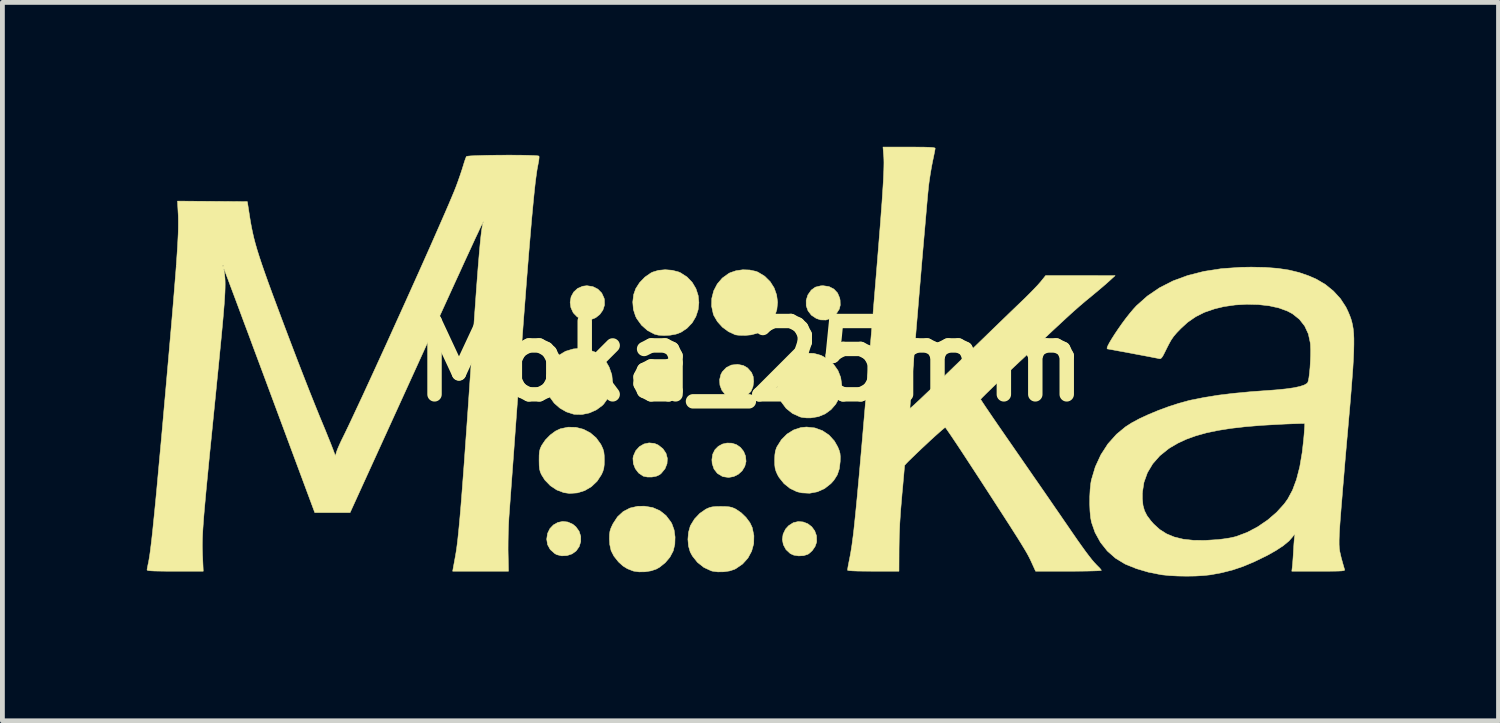
<source format=kicad_pcb>
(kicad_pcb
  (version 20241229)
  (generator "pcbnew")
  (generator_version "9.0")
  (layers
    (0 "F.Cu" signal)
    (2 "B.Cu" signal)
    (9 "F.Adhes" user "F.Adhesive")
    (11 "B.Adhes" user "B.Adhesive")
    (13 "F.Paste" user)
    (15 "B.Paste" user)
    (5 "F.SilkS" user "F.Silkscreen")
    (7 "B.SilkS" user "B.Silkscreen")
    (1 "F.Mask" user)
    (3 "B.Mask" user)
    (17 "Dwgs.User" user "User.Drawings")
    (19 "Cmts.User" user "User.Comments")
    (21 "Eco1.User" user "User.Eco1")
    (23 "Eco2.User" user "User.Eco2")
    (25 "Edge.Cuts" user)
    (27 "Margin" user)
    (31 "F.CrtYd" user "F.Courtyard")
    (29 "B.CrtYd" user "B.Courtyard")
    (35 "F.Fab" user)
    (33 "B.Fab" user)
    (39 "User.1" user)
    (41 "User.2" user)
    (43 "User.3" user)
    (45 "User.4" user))
  (footprint "Moka_25mm"
    (layer "F.Cu")
    (at 12.546 4.454)
    (property "Reference" "Moka_25mm" (at 0 0 0) (layer "F.SilkS") (effects (font (size 1.524 1.524) (thickness 0.3))))
    (attr through_hole)
    (fp_poly (pts (xy -3.798 3.342) (xy -3.695 3.388) (xy -3.631 3.441) (xy -3.564 3.534) (xy -3.53 3.64) (xy -3.53 3.749) (xy -3.562 3.853) (xy -3.624 3.942) (xy -3.709 4.004) (xy -3.814 4.039) (xy -3.925 4.045) (xy -4.026 4.021) (xy -4.069 3.998) (xy -4.164 3.913) (xy -4.219 3.813) (xy -4.237 3.698) (xy -4.219 3.578) (xy -4.17 3.478) (xy -4.097 3.402) (xy -4.006 3.351) (xy -3.904 3.33) (xy -3.798 3.342)) (stroke (width 0.01) (type solid)) (fill yes) (layer "F.SilkS"))
    (fp_poly (pts (xy -3.278 -1.549) (xy -3.173 -1.496) (xy -3.093 -1.414) (xy -3.044 -1.306) (xy -3.038 -1.277) (xy -3.036 -1.165) (xy -3.07 -1.061) (xy -3.133 -0.972) (xy -3.218 -0.904) (xy -3.319 -0.863) (xy -3.429 -0.855) (xy -3.497 -0.868) (xy -3.604 -0.921) (xy -3.685 -1.004) (xy -3.734 -1.111) (xy -3.75 -1.223) (xy -3.73 -1.339) (xy -3.676 -1.437) (xy -3.594 -1.512) (xy -3.489 -1.557) (xy -3.402 -1.568) (xy -3.278 -1.549)) (stroke (width 0.01) (type solid)) (fill yes) (layer "F.SilkS"))
    (fp_poly (pts (xy -1.775 0.097) (xy -1.678 0.159) (xy -1.609 0.249) (xy -1.573 0.362) (xy -1.568 0.427) (xy -1.588 0.539) (xy -1.64 0.635) (xy -1.719 0.711) (xy -1.816 0.762) (xy -1.923 0.782) (xy -2.033 0.766) (xy -2.066 0.754) (xy -2.14 0.706) (xy -2.208 0.634) (xy -2.26 0.553) (xy -2.279 0.498) (xy -2.283 0.375) (xy -2.25 0.265) (xy -2.187 0.174) (xy -2.098 0.108) (xy -1.988 0.072) (xy -1.894 0.068) (xy -1.775 0.097)) (stroke (width 0.01) (type solid)) (fill yes) (layer "F.SilkS"))
    (fp_poly (pts (xy -0.391 1.704) (xy -0.296 1.734) (xy -0.212 1.791) (xy -0.145 1.875) (xy -0.106 1.971) (xy -0.095 2.083) (xy -0.121 2.186) (xy -0.176 2.277) (xy -0.255 2.349) (xy -0.351 2.397) (xy -0.457 2.416) (xy -0.569 2.4) (xy -0.593 2.391) (xy -0.691 2.331) (xy -0.761 2.241) (xy -0.799 2.127) (xy -0.805 2.048) (xy -0.788 1.933) (xy -0.741 1.839) (xy -0.671 1.769) (xy -0.585 1.722) (xy -0.49 1.701) (xy -0.391 1.704)) (stroke (width 0.01) (type solid)) (fill yes) (layer "F.SilkS"))
    (fp_poly (pts (xy 1.628 -1.55) (xy 1.73 -1.498) (xy 1.806 -1.417) (xy 1.851 -1.31) (xy 1.859 -1.264) (xy 1.862 -1.163) (xy 1.842 -1.082) (xy 1.793 -1.006) (xy 1.766 -0.974) (xy 1.671 -0.894) (xy 1.566 -0.855) (xy 1.454 -0.858) (xy 1.364 -0.888) (xy 1.263 -0.955) (xy 1.193 -1.045) (xy 1.155 -1.151) (xy 1.154 -1.264) (xy 1.19 -1.377) (xy 1.259 -1.476) (xy 1.345 -1.538) (xy 1.455 -1.565) (xy 1.504 -1.568) (xy 1.628 -1.55)) (stroke (width 0.01) (type solid)) (fill yes) (layer "F.SilkS"))
    (fp_poly (pts (xy -1.999 1.709) (xy -1.919 1.743) (xy -1.822 1.82) (xy -1.758 1.915) (xy -1.73 2.02) (xy -1.737 2.13) (xy -1.779 2.235) (xy -1.857 2.33) (xy -1.891 2.359) (xy -1.96 2.39) (xy -2.051 2.407) (xy -2.146 2.407) (xy -2.228 2.39) (xy -2.236 2.386) (xy -2.327 2.324) (xy -2.396 2.234) (xy -2.437 2.129) (xy -2.445 2.019) (xy -2.436 1.971) (xy -2.388 1.862) (xy -2.312 1.777) (xy -2.217 1.721) (xy -2.11 1.698) (xy -1.999 1.709)) (stroke (width 0.01) (type solid)) (fill yes) (layer "F.SilkS"))
    (fp_poly (pts (xy 1.092 3.341) (xy 1.188 3.378) (xy 1.27 3.441) (xy 1.332 3.526) (xy 1.369 3.629) (xy 1.372 3.745) (xy 1.37 3.763) (xy 1.339 3.851) (xy 1.28 3.937) (xy 1.207 4.002) (xy 1.186 4.014) (xy 1.099 4.041) (xy 0.996 4.046) (xy 0.896 4.03) (xy 0.824 3.998) (xy 0.735 3.915) (xy 0.68 3.814) (xy 0.659 3.704) (xy 0.675 3.593) (xy 0.726 3.488) (xy 0.79 3.418) (xy 0.887 3.356) (xy 0.99 3.332) (xy 1.092 3.341)) (stroke (width 0.01) (type solid)) (fill yes) (layer "F.SilkS"))
    (fp_poly (pts (xy -0.262 0.068) (xy -0.152 0.09) (xy -0.065 0.14) (xy 0.011 0.226) (xy 0.018 0.235) (xy 0.053 0.319) (xy 0.063 0.421) (xy 0.049 0.526) (xy 0.011 0.619) (xy 0.001 0.634) (xy -0.078 0.71) (xy -0.18 0.76) (xy -0.292 0.78) (xy -0.403 0.766) (xy -0.435 0.754) (xy -0.53 0.691) (xy -0.599 0.603) (xy -0.638 0.498) (xy -0.645 0.386) (xy -0.618 0.276) (xy -0.587 0.218) (xy -0.504 0.132) (xy -0.401 0.081) (xy -0.279 0.067) (xy -0.262 0.068)) (stroke (width 0.01) (type solid)) (fill yes) (layer "F.SilkS"))
    (fp_poly (pts (xy -3.386 -0.245) (xy -3.233 -0.189) (xy -3.101 -0.096) (xy -2.992 0.032) (xy -2.94 0.123) (xy -2.884 0.282) (xy -2.868 0.444) (xy -2.892 0.603) (xy -2.954 0.754) (xy -3.053 0.891) (xy -3.081 0.92) (xy -3.204 1.011) (xy -3.348 1.075) (xy -3.503 1.108) (xy -3.656 1.105) (xy -3.683 1.1) (xy -3.829 1.053) (xy -3.965 0.974) (xy -4.081 0.872) (xy -4.167 0.754) (xy -4.173 0.742) (xy -4.22 0.618) (xy -4.245 0.48) (xy -4.246 0.347) (xy -4.239 0.296) (xy -4.183 0.129) (xy -4.096 -0.012) (xy -3.982 -0.125) (xy -3.843 -0.207) (xy -3.685 -0.254) (xy -3.559 -0.265) (xy -3.386 -0.245)) (stroke (width 0.01) (type solid)) (fill yes) (layer "F.SilkS"))
    (fp_poly (pts (xy 1.308 -0.163) (xy 1.462 -0.121) (xy 1.606 -0.042) (xy 1.722 0.063) (xy 1.815 0.195) (xy 1.871 0.337) (xy 1.892 0.483) (xy 1.88 0.628) (xy 1.838 0.767) (xy 1.767 0.895) (xy 1.671 1.005) (xy 1.551 1.093) (xy 1.41 1.152) (xy 1.254 1.178) (xy 1.157 1.178) (xy 1.068 1.168) (xy 1.027 1.158) (xy 0.869 1.086) (xy 0.739 0.982) (xy 0.639 0.848) (xy 0.611 0.794) (xy 0.565 0.651) (xy 0.549 0.494) (xy 0.566 0.336) (xy 0.586 0.264) (xy 0.64 0.158) (xy 0.725 0.054) (xy 0.829 -0.039) (xy 0.943 -0.108) (xy 0.985 -0.127) (xy 1.147 -0.165) (xy 1.308 -0.163)) (stroke (width 0.01) (type solid)) (fill yes) (layer "F.SilkS"))
    (fp_poly (pts (xy -1.633 -1.889) (xy -1.501 -1.855) (xy -1.458 -1.837) (xy -1.32 -1.748) (xy -1.213 -1.636) (xy -1.136 -1.506) (xy -1.09 -1.364) (xy -1.075 -1.216) (xy -1.091 -1.068) (xy -1.138 -0.926) (xy -1.215 -0.796) (xy -1.324 -0.682) (xy -1.451 -0.598) (xy -1.55 -0.562) (xy -1.671 -0.54) (xy -1.8 -0.533) (xy -1.919 -0.541) (xy -2 -0.562) (xy -2.143 -0.638) (xy -2.267 -0.748) (xy -2.366 -0.885) (xy -2.39 -0.932) (xy -2.436 -1.073) (xy -2.449 -1.228) (xy -2.431 -1.382) (xy -2.387 -1.507) (xy -2.306 -1.633) (xy -2.196 -1.747) (xy -2.07 -1.834) (xy -2.037 -1.85) (xy -1.916 -1.887) (xy -1.776 -1.9) (xy -1.633 -1.889)) (stroke (width 0.01) (type solid)) (fill yes) (layer "F.SilkS"))
    (fp_poly (pts (xy -0.019 -1.894) (xy 0.111 -1.866) (xy 0.152 -1.85) (xy 0.293 -1.764) (xy 0.406 -1.652) (xy 0.489 -1.521) (xy 0.54 -1.376) (xy 0.56 -1.225) (xy 0.545 -1.072) (xy 0.496 -0.924) (xy 0.409 -0.788) (xy 0.387 -0.762) (xy 0.273 -0.655) (xy 0.151 -0.585) (xy 0.012 -0.547) (xy -0.095 -0.537) (xy -0.183 -0.536) (xy -0.26 -0.54) (xy -0.312 -0.547) (xy -0.318 -0.548) (xy -0.459 -0.613) (xy -0.587 -0.707) (xy -0.691 -0.823) (xy -0.765 -0.95) (xy -0.776 -0.98) (xy -0.811 -1.143) (xy -0.807 -1.306) (xy -0.767 -1.462) (xy -0.693 -1.604) (xy -0.589 -1.726) (xy -0.456 -1.822) (xy -0.427 -1.837) (xy -0.304 -1.879) (xy -0.163 -1.899) (xy -0.019 -1.894)) (stroke (width 0.01) (type solid)) (fill yes) (layer "F.SilkS"))
    (fp_poly (pts (xy -2.034 3.042) (xy -1.885 3.107) (xy -1.758 3.208) (xy -1.657 3.342) (xy -1.636 3.379) (xy -1.59 3.507) (xy -1.57 3.654) (xy -1.575 3.804) (xy -1.608 3.942) (xy -1.61 3.946) (xy -1.676 4.071) (xy -1.774 4.187) (xy -1.891 4.281) (xy -1.96 4.32) (xy -2.067 4.356) (xy -2.193 4.376) (xy -2.32 4.378) (xy -2.431 4.362) (xy -2.447 4.357) (xy -2.561 4.312) (xy -2.652 4.256) (xy -2.737 4.179) (xy -2.752 4.163) (xy -2.842 4.049) (xy -2.899 3.937) (xy -2.927 3.81) (xy -2.934 3.695) (xy -2.932 3.602) (xy -2.923 3.533) (xy -2.903 3.47) (xy -2.868 3.394) (xy -2.86 3.378) (xy -2.766 3.234) (xy -2.648 3.125) (xy -2.508 3.052) (xy -2.347 3.015) (xy -2.206 3.013) (xy -2.034 3.042)) (stroke (width 0.01) (type solid)) (fill yes) (layer "F.SilkS"))
    (fp_poly (pts (xy 1.335 1.387) (xy 1.492 1.444) (xy 1.628 1.535) (xy 1.74 1.658) (xy 1.81 1.781) (xy 1.84 1.854) (xy 1.857 1.915) (xy 1.863 1.983) (xy 1.861 2.075) (xy 1.861 2.083) (xy 1.843 2.236) (xy 1.801 2.362) (xy 1.73 2.474) (xy 1.667 2.544) (xy 1.536 2.647) (xy 1.387 2.714) (xy 1.226 2.744) (xy 1.061 2.736) (xy 0.961 2.712) (xy 0.819 2.644) (xy 0.693 2.543) (xy 0.592 2.417) (xy 0.557 2.356) (xy 0.527 2.287) (xy 0.509 2.226) (xy 0.501 2.156) (xy 0.499 2.06) (xy 0.499 2.055) (xy 0.503 1.949) (xy 0.514 1.871) (xy 0.535 1.805) (xy 0.548 1.777) (xy 0.64 1.631) (xy 0.757 1.514) (xy 0.894 1.429) (xy 1.046 1.379) (xy 1.162 1.368) (xy 1.335 1.387)) (stroke (width 0.01) (type solid)) (fill yes) (layer "F.SilkS"))
    (fp_poly (pts (xy -3.63 1.375) (xy -3.474 1.415) (xy -3.332 1.489) (xy -3.21 1.593) (xy -3.114 1.726) (xy -3.099 1.755) (xy -3.068 1.824) (xy -3.05 1.887) (xy -3.042 1.96) (xy -3.04 2.055) (xy -3.042 2.153) (xy -3.051 2.225) (xy -3.069 2.288) (xy -3.099 2.356) (xy -3.19 2.495) (xy -3.308 2.607) (xy -3.447 2.689) (xy -3.601 2.737) (xy -3.763 2.748) (xy -3.882 2.731) (xy -4.028 2.676) (xy -4.162 2.587) (xy -4.275 2.47) (xy -4.347 2.356) (xy -4.371 2.299) (xy -4.386 2.24) (xy -4.393 2.167) (xy -4.395 2.066) (xy -4.395 2.055) (xy -4.394 1.954) (xy -4.388 1.883) (xy -4.375 1.827) (xy -4.352 1.772) (xy -4.338 1.745) (xy -4.264 1.636) (xy -4.164 1.534) (xy -4.053 1.452) (xy -3.956 1.406) (xy -3.792 1.371) (xy -3.63 1.375)) (stroke (width 0.01) (type solid)) (fill yes) (layer "F.SilkS"))
    (fp_poly (pts (xy -0.614 3.019) (xy -0.514 3.021) (xy -0.442 3.027) (xy -0.386 3.04) (xy -0.332 3.062) (xy -0.305 3.076) (xy -0.196 3.15) (xy -0.095 3.248) (xy -0.014 3.357) (xy 0.033 3.457) (xy 0.068 3.626) (xy 0.064 3.792) (xy 0.021 3.948) (xy -0.056 4.091) (xy -0.167 4.214) (xy -0.308 4.311) (xy -0.335 4.325) (xy -0.435 4.358) (xy -0.557 4.376) (xy -0.682 4.378) (xy -0.794 4.363) (xy -0.819 4.356) (xy -0.972 4.285) (xy -1.105 4.18) (xy -1.21 4.048) (xy -1.255 3.965) (xy -1.291 3.842) (xy -1.303 3.701) (xy -1.291 3.558) (xy -1.255 3.429) (xy -1.247 3.411) (xy -1.167 3.28) (xy -1.058 3.164) (xy -0.933 3.077) (xy -0.915 3.068) (xy -0.858 3.043) (xy -0.8 3.028) (xy -0.727 3.021) (xy -0.626 3.019) (xy -0.614 3.019)) (stroke (width 0.01) (type solid)) (fill yes) (layer "F.SilkS"))
    (fp_poly (pts (xy 3.466 -4.448) (xy 3.601 -4.447) (xy 3.701 -4.444) (xy 3.77 -4.44) (xy 3.813 -4.434) (xy 3.832 -4.427) (xy 3.834 -4.422) (xy 3.83 -4.392) (xy 3.818 -4.33) (xy 3.801 -4.245) (xy 3.781 -4.152) (xy 3.757 -4.028) (xy 3.732 -3.881) (xy 3.71 -3.734) (xy 3.697 -3.633) (xy 3.691 -3.57) (xy 3.681 -3.471) (xy 3.669 -3.34) (xy 3.655 -3.18) (xy 3.639 -2.995) (xy 3.621 -2.787) (xy 3.601 -2.56) (xy 3.58 -2.318) (xy 3.558 -2.064) (xy 3.536 -1.8) (xy 3.513 -1.531) (xy 3.49 -1.259) (xy 3.468 -0.989) (xy 3.445 -0.723) (xy 3.424 -0.464) (xy 3.404 -0.216) (xy 3.384 0.018) (xy 3.367 0.234) (xy 3.351 0.429) (xy 3.338 0.6) (xy 3.326 0.743) (xy 3.318 0.856) (xy 3.312 0.934) (xy 3.31 0.975) (xy 3.31 0.981) (xy 3.326 0.97) (xy 3.37 0.932) (xy 3.439 0.869) (xy 3.53 0.784) (xy 3.641 0.678) (xy 3.77 0.556) (xy 3.914 0.418) (xy 4.07 0.267) (xy 4.236 0.106) (xy 4.283 0.061) (xy 4.463 -0.115) (xy 4.644 -0.29) (xy 4.821 -0.461) (xy 4.99 -0.625) (xy 5.148 -0.778) (xy 5.291 -0.916) (xy 5.414 -1.035) (xy 5.515 -1.132) (xy 5.583 -1.197) (xy 5.69 -1.3) (xy 5.793 -1.402) (xy 5.886 -1.497) (xy 5.963 -1.578) (xy 6.016 -1.638) (xy 6.024 -1.647) (xy 6.13 -1.779) (xy 6.852 -1.779) (xy 7.573 -1.778) (xy 7.457 -1.671) (xy 7.399 -1.619) (xy 7.317 -1.548) (xy 7.22 -1.466) (xy 7.118 -1.381) (xy 7.076 -1.346) (xy 7.01 -1.292) (xy 6.949 -1.242) (xy 6.892 -1.193) (xy 6.834 -1.144) (xy 6.774 -1.091) (xy 6.708 -1.033) (xy 6.633 -0.965) (xy 6.548 -0.887) (xy 6.448 -0.794) (xy 6.331 -0.686) (xy 6.195 -0.559) (xy 6.036 -0.41) (xy 5.852 -0.238) (xy 5.641 -0.039) (xy 5.634 -0.033) (xy 5.474 0.117) (xy 5.324 0.259) (xy 5.187 0.39) (xy 5.065 0.507) (xy 4.961 0.608) (xy 4.878 0.689) (xy 4.818 0.749) (xy 4.785 0.784) (xy 4.779 0.793) (xy 4.792 0.814) (xy 4.826 0.867) (xy 4.88 0.948) (xy 4.952 1.054) (xy 5.039 1.182) (xy 5.14 1.329) (xy 5.252 1.491) (xy 5.373 1.666) (xy 5.459 1.79) (xy 5.601 1.995) (xy 5.749 2.209) (xy 5.899 2.426) (xy 6.047 2.639) (xy 6.188 2.843) (xy 6.317 3.031) (xy 6.432 3.197) (xy 6.526 3.335) (xy 6.535 3.347) (xy 6.67 3.544) (xy 6.784 3.709) (xy 6.881 3.846) (xy 6.962 3.958) (xy 7.031 4.049) (xy 7.089 4.123) (xy 7.14 4.183) (xy 7.187 4.233) (xy 7.211 4.257) (xy 7.255 4.302) (xy 7.283 4.337) (xy 7.287 4.347) (xy 7.267 4.351) (xy 7.209 4.355) (xy 7.119 4.358) (xy 7.002 4.361) (xy 6.862 4.363) (xy 6.705 4.364) (xy 6.604 4.364) (xy 5.921 4.364) (xy 5.836 4.178) (xy 5.816 4.134) (xy 5.794 4.09) (xy 5.77 4.043) (xy 5.741 3.99) (xy 5.706 3.93) (xy 5.663 3.859) (xy 5.611 3.774) (xy 5.549 3.674) (xy 5.473 3.555) (xy 5.384 3.415) (xy 5.279 3.252) (xy 5.156 3.062) (xy 5.015 2.844) (xy 4.853 2.594) (xy 4.747 2.431) (xy 4.623 2.241) (xy 4.506 2.062) (xy 4.398 1.897) (xy 4.3 1.749) (xy 4.215 1.622) (xy 4.145 1.518) (xy 4.091 1.44) (xy 4.057 1.392) (xy 4.044 1.377) (xy 4.022 1.391) (xy 3.975 1.43) (xy 3.908 1.489) (xy 3.825 1.563) (xy 3.732 1.648) (xy 3.634 1.74) (xy 3.534 1.833) (xy 3.439 1.924) (xy 3.354 2.006) (xy 3.282 2.076) (xy 3.23 2.13) (xy 3.202 2.162) (xy 3.199 2.168) (xy 3.197 2.195) (xy 3.191 2.258) (xy 3.183 2.352) (xy 3.172 2.472) (xy 3.16 2.612) (xy 3.145 2.766) (xy 3.143 2.796) (xy 3.117 3.099) (xy 3.099 3.374) (xy 3.088 3.632) (xy 3.084 3.882) (xy 3.082 4.364) (xy 2.547 4.364) (xy 2.364 4.363) (xy 2.22 4.361) (xy 2.116 4.357) (xy 2.048 4.352) (xy 2.016 4.345) (xy 2.013 4.341) (xy 2.017 4.311) (xy 2.027 4.25) (xy 2.043 4.168) (xy 2.054 4.113) (xy 2.067 4.046) (xy 2.08 3.976) (xy 2.092 3.901) (xy 2.105 3.818) (xy 2.117 3.725) (xy 2.131 3.621) (xy 2.145 3.502) (xy 2.159 3.368) (xy 2.175 3.216) (xy 2.192 3.044) (xy 2.211 2.849) (xy 2.231 2.63) (xy 2.254 2.384) (xy 2.278 2.11) (xy 2.305 1.805) (xy 2.334 1.468) (xy 2.366 1.095) (xy 2.401 0.685) (xy 2.439 0.237) (xy 2.458 0.011) (xy 2.5 -0.48) (xy 2.538 -0.929) (xy 2.572 -1.341) (xy 2.603 -1.716) (xy 2.631 -2.056) (xy 2.656 -2.364) (xy 2.678 -2.64) (xy 2.698 -2.888) (xy 2.714 -3.108) (xy 2.729 -3.303) (xy 2.74 -3.475) (xy 2.75 -3.626) (xy 2.758 -3.757) (xy 2.763 -3.87) (xy 2.767 -3.967) (xy 2.769 -4.05) (xy 2.77 -4.122) (xy 2.769 -4.183) (xy 2.767 -4.236) (xy 2.764 -4.274) (xy 2.75 -4.449) (xy 3.292 -4.449) (xy 3.466 -4.448)) (stroke (width 0.01) (type solid)) (fill yes) (layer "F.SilkS"))
    (fp_poly (pts (xy 10.694 -1.948) (xy 10.953 -1.928) (xy 11.186 -1.893) (xy 11.399 -1.841) (xy 11.6 -1.771) (xy 11.757 -1.702) (xy 11.942 -1.593) (xy 12.11 -1.456) (xy 12.253 -1.3) (xy 12.364 -1.131) (xy 12.379 -1.102) (xy 12.413 -1.03) (xy 12.442 -0.962) (xy 12.468 -0.895) (xy 12.489 -0.826) (xy 12.506 -0.752) (xy 12.52 -0.67) (xy 12.529 -0.577) (xy 12.534 -0.471) (xy 12.534 -0.349) (xy 12.531 -0.207) (xy 12.524 -0.044) (xy 12.513 0.145) (xy 12.497 0.361) (xy 12.478 0.608) (xy 12.455 0.888) (xy 12.427 1.205) (xy 12.396 1.56) (xy 12.393 1.589) (xy 12.369 1.862) (xy 12.346 2.129) (xy 12.325 2.386) (xy 12.304 2.629) (xy 12.286 2.854) (xy 12.269 3.058) (xy 12.255 3.236) (xy 12.244 3.385) (xy 12.236 3.5) (xy 12.232 3.578) (xy 12.231 3.591) (xy 12.227 3.715) (xy 12.227 3.809) (xy 12.231 3.885) (xy 12.241 3.954) (xy 12.258 4.03) (xy 12.272 4.089) (xy 12.297 4.179) (xy 12.319 4.257) (xy 12.335 4.311) (xy 12.34 4.327) (xy 12.342 4.338) (xy 12.336 4.347) (xy 12.316 4.353) (xy 12.278 4.358) (xy 12.217 4.361) (xy 12.13 4.363) (xy 12.01 4.364) (xy 11.854 4.364) (xy 11.799 4.364) (xy 11.244 4.364) (xy 11.257 4.253) (xy 11.263 4.184) (xy 11.27 4.087) (xy 11.277 3.978) (xy 11.281 3.909) (xy 11.287 3.808) (xy 11.294 3.718) (xy 11.301 3.651) (xy 11.305 3.623) (xy 11.309 3.594) (xy 11.3 3.596) (xy 11.274 3.631) (xy 11.266 3.643) (xy 11.186 3.735) (xy 11.068 3.833) (xy 10.913 3.935) (xy 10.724 4.041) (xy 10.701 4.052) (xy 10.456 4.171) (xy 10.231 4.265) (xy 10.015 4.338) (xy 9.794 4.394) (xy 9.56 4.438) (xy 9.554 4.439) (xy 9.415 4.454) (xy 9.247 4.464) (xy 9.063 4.467) (xy 8.878 4.464) (xy 8.704 4.455) (xy 8.555 4.44) (xy 8.527 4.436) (xy 8.264 4.384) (xy 8.014 4.31) (xy 7.791 4.22) (xy 7.775 4.212) (xy 7.581 4.094) (xy 7.411 3.944) (xy 7.268 3.764) (xy 7.156 3.56) (xy 7.082 3.347) (xy 7.063 3.246) (xy 7.051 3.116) (xy 7.045 2.967) (xy 7.046 2.86) (xy 8.139 2.86) (xy 8.152 2.994) (xy 8.183 3.106) (xy 8.235 3.209) (xy 8.315 3.316) (xy 8.373 3.382) (xy 8.499 3.497) (xy 8.641 3.587) (xy 8.803 3.654) (xy 8.988 3.699) (xy 9.2 3.722) (xy 9.442 3.724) (xy 9.713 3.707) (xy 9.828 3.693) (xy 9.945 3.675) (xy 10.048 3.653) (xy 10.094 3.641) (xy 10.317 3.557) (xy 10.536 3.441) (xy 10.743 3.3) (xy 10.929 3.14) (xy 11.086 2.967) (xy 11.16 2.864) (xy 11.259 2.68) (xy 11.342 2.457) (xy 11.409 2.197) (xy 11.46 1.897) (xy 11.49 1.631) (xy 11.5 1.518) (xy 11.507 1.421) (xy 11.512 1.347) (xy 11.513 1.304) (xy 11.513 1.295) (xy 11.49 1.294) (xy 11.432 1.295) (xy 11.343 1.298) (xy 11.229 1.302) (xy 11.097 1.307) (xy 11.001 1.312) (xy 10.623 1.333) (xy 10.284 1.361) (xy 9.98 1.396) (xy 9.709 1.439) (xy 9.466 1.49) (xy 9.25 1.551) (xy 9.055 1.621) (xy 8.88 1.702) (xy 8.722 1.794) (xy 8.685 1.818) (xy 8.501 1.966) (xy 8.354 2.133) (xy 8.244 2.317) (xy 8.172 2.518) (xy 8.139 2.733) (xy 8.139 2.86) (xy 7.046 2.86) (xy 7.046 2.813) (xy 7.054 2.664) (xy 7.068 2.534) (xy 7.08 2.468) (xy 7.161 2.196) (xy 7.277 1.945) (xy 7.424 1.718) (xy 7.603 1.518) (xy 7.788 1.365) (xy 7.919 1.281) (xy 8.083 1.193) (xy 8.272 1.106) (xy 8.477 1.021) (xy 8.689 0.943) (xy 8.9 0.875) (xy 9.1 0.82) (xy 9.152 0.808) (xy 9.431 0.753) (xy 9.73 0.705) (xy 10.054 0.666) (xy 10.41 0.633) (xy 10.677 0.614) (xy 10.919 0.596) (xy 11.121 0.576) (xy 11.284 0.553) (xy 11.41 0.526) (xy 11.501 0.496) (xy 11.559 0.462) (xy 11.571 0.451) (xy 11.586 0.413) (xy 11.6 0.342) (xy 11.612 0.245) (xy 11.623 0.13) (xy 11.63 0.006) (xy 11.635 -0.118) (xy 11.636 -0.236) (xy 11.632 -0.338) (xy 11.628 -0.38) (xy 11.588 -0.566) (xy 11.512 -0.73) (xy 11.402 -0.87) (xy 11.258 -0.985) (xy 11.155 -1.04) (xy 10.979 -1.105) (xy 10.773 -1.151) (xy 10.547 -1.176) (xy 10.309 -1.182) (xy 10.068 -1.168) (xy 9.831 -1.134) (xy 9.642 -1.088) (xy 9.429 -1.015) (xy 9.246 -0.923) (xy 9.08 -0.808) (xy 8.939 -0.679) (xy 8.853 -0.59) (xy 8.789 -0.515) (xy 8.737 -0.439) (xy 8.687 -0.349) (xy 8.647 -0.27) (xy 8.599 -0.173) (xy 8.565 -0.108) (xy 8.539 -0.07) (xy 8.517 -0.053) (xy 8.496 -0.051) (xy 8.489 -0.052) (xy 8.445 -0.062) (xy 8.37 -0.076) (xy 8.27 -0.096) (xy 8.153 -0.118) (xy 8.025 -0.142) (xy 7.894 -0.167) (xy 7.766 -0.191) (xy 7.648 -0.212) (xy 7.547 -0.231) (xy 7.469 -0.245) (xy 7.422 -0.253) (xy 7.412 -0.254) (xy 7.404 -0.27) (xy 7.419 -0.314) (xy 7.454 -0.382) (xy 7.505 -0.467) (xy 7.568 -0.566) (xy 7.64 -0.673) (xy 7.718 -0.784) (xy 7.798 -0.892) (xy 7.878 -0.993) (xy 7.953 -1.082) (xy 8.016 -1.151) (xy 8.242 -1.352) (xy 8.494 -1.524) (xy 8.774 -1.667) (xy 9.081 -1.78) (xy 9.416 -1.865) (xy 9.782 -1.922) (xy 10.179 -1.95) (xy 10.402 -1.954) (xy 10.694 -1.948)) (stroke (width 0.01) (type solid)) (fill yes) (layer "F.SilkS"))
    (fp_poly (pts (xy -4.867 -4.28) (xy -4.728 -4.279) (xy -4.606 -4.276) (xy -4.506 -4.272) (xy -4.436 -4.268) (xy -4.4 -4.262) (xy -4.397 -4.26) (xy -4.395 -4.231) (xy -4.401 -4.173) (xy -4.415 -4.098) (xy -4.415 -4.096) (xy -4.426 -4.04) (xy -4.438 -3.974) (xy -4.449 -3.898) (xy -4.461 -3.81) (xy -4.474 -3.708) (xy -4.487 -3.591) (xy -4.501 -3.457) (xy -4.516 -3.306) (xy -4.532 -3.136) (xy -4.55 -2.946) (xy -4.568 -2.733) (xy -4.588 -2.498) (xy -4.61 -2.238) (xy -4.633 -1.952) (xy -4.658 -1.638) (xy -4.684 -1.296) (xy -4.713 -0.924) (xy -4.743 -0.521) (xy -4.776 -0.085) (xy -4.811 0.386) (xy -4.849 0.892) (xy -4.889 1.434) (xy -4.931 2.015) (xy -4.977 2.636) (xy -5.022 3.254) (xy -5.03 3.4) (xy -5.036 3.57) (xy -5.039 3.747) (xy -5.04 3.915) (xy -5.039 3.98) (xy -5.031 4.364) (xy -6.191 4.364) (xy -6.179 4.295) (xy -6.169 4.241) (xy -6.154 4.161) (xy -6.138 4.071) (xy -6.135 4.057) (xy -6.123 3.985) (xy -6.11 3.904) (xy -6.098 3.811) (xy -6.085 3.704) (xy -6.072 3.581) (xy -6.058 3.44) (xy -6.043 3.279) (xy -6.027 3.096) (xy -6.01 2.888) (xy -5.992 2.653) (xy -5.972 2.39) (xy -5.95 2.097) (xy -5.927 1.77) (xy -5.901 1.409) (xy -5.873 1.011) (xy -5.843 0.573) (xy -5.826 0.328) (xy -5.796 -0.106) (xy -5.768 -0.5) (xy -5.743 -0.856) (xy -5.72 -1.175) (xy -5.7 -1.459) (xy -5.681 -1.711) (xy -5.664 -1.933) (xy -5.648 -2.125) (xy -5.634 -2.291) (xy -5.621 -2.432) (xy -5.609 -2.551) (xy -5.598 -2.648) (xy -5.588 -2.727) (xy -5.578 -2.788) (xy -5.569 -2.834) (xy -5.56 -2.867) (xy -5.558 -2.873) (xy -5.55 -2.897) (xy -5.549 -2.905) (xy -5.555 -2.896) (xy -5.569 -2.87) (xy -5.592 -2.824) (xy -5.624 -2.758) (xy -5.665 -2.669) (xy -5.718 -2.558) (xy -5.781 -2.421) (xy -5.856 -2.258) (xy -5.944 -2.068) (xy -6.044 -1.848) (xy -6.159 -1.598) (xy -6.287 -1.317) (xy -6.431 -1.002) (xy -6.59 -0.653) (xy -6.766 -0.268) (xy -6.947 0.13) (xy -8.322 3.146) (xy -9.056 3.146) (xy -9.993 0.625) (xy -10.109 0.312) (xy -10.222 0.009) (xy -10.33 -0.28) (xy -10.431 -0.554) (xy -10.527 -0.809) (xy -10.614 -1.044) (xy -10.693 -1.256) (xy -10.763 -1.443) (xy -10.823 -1.603) (xy -10.871 -1.732) (xy -10.908 -1.829) (xy -10.931 -1.892) (xy -10.941 -1.917) (xy -10.941 -1.917) (xy -10.946 -1.915) (xy -10.942 -1.88) (xy -10.941 -1.875) (xy -10.933 -1.826) (xy -10.927 -1.776) (xy -10.922 -1.723) (xy -10.919 -1.665) (xy -10.918 -1.599) (xy -10.919 -1.522) (xy -10.922 -1.432) (xy -10.928 -1.326) (xy -10.936 -1.202) (xy -10.948 -1.056) (xy -10.962 -0.887) (xy -10.98 -0.692) (xy -11.001 -0.469) (xy -11.026 -0.214) (xy -11.054 0.075) (xy -11.087 0.401) (xy -11.123 0.765) (xy -11.131 0.843) (xy -11.171 1.243) (xy -11.207 1.604) (xy -11.24 1.927) (xy -11.268 2.216) (xy -11.293 2.473) (xy -11.315 2.701) (xy -11.333 2.901) (xy -11.349 3.077) (xy -11.362 3.23) (xy -11.372 3.364) (xy -11.38 3.481) (xy -11.386 3.584) (xy -11.39 3.675) (xy -11.392 3.756) (xy -11.393 3.83) (xy -11.392 3.9) (xy -11.39 3.967) (xy -11.388 4.036) (xy -11.387 4.052) (xy -11.373 4.364) (xy -11.957 4.364) (xy -12.138 4.364) (xy -12.28 4.362) (xy -12.387 4.36) (xy -12.462 4.356) (xy -12.511 4.351) (xy -12.535 4.344) (xy -12.541 4.337) (xy -12.536 4.301) (xy -12.524 4.243) (xy -12.521 4.226) (xy -12.509 4.173) (xy -12.498 4.108) (xy -12.485 4.028) (xy -12.472 3.933) (xy -12.458 3.82) (xy -12.442 3.686) (xy -12.425 3.531) (xy -12.407 3.352) (xy -12.386 3.146) (xy -12.363 2.913) (xy -12.338 2.649) (xy -12.311 2.353) (xy -12.281 2.024) (xy -12.247 1.658) (xy -12.211 1.254) (xy -12.172 0.81) (xy -12.17 0.794) (xy -12.13 0.338) (xy -12.093 -0.079) (xy -12.06 -0.458) (xy -12.03 -0.802) (xy -12.004 -1.111) (xy -11.981 -1.39) (xy -11.961 -1.639) (xy -11.943 -1.861) (xy -11.934 -1.981) (xy -10.973 -1.981) (xy -10.963 -1.97) (xy -10.952 -1.981) (xy -10.963 -1.991) (xy -10.973 -1.981) (xy -11.934 -1.981) (xy -11.929 -2.058) (xy -11.917 -2.232) (xy -11.907 -2.386) (xy -11.9 -2.521) (xy -11.894 -2.64) (xy -11.891 -2.745) (xy -11.89 -2.837) (xy -11.89 -2.92) (xy -11.891 -2.996) (xy -11.894 -3.066) (xy -11.895 -3.077) (xy -11.908 -3.326) (xy -10.457 -3.315) (xy -10.411 -3.019) (xy -10.392 -2.9) (xy -10.371 -2.786) (xy -10.348 -2.675) (xy -10.322 -2.561) (xy -10.291 -2.443) (xy -10.254 -2.315) (xy -10.21 -2.175) (xy -10.158 -2.018) (xy -10.097 -1.842) (xy -10.026 -1.642) (xy -9.943 -1.415) (xy -9.847 -1.157) (xy -9.738 -0.865) (xy -9.692 -0.743) (xy -9.555 -0.381) (xy -9.421 -0.03) (xy -9.291 0.305) (xy -9.168 0.619) (xy -9.053 0.907) (xy -8.949 1.164) (xy -8.887 1.313) (xy -8.833 1.443) (xy -8.782 1.57) (xy -8.736 1.683) (xy -8.7 1.775) (xy -8.676 1.837) (xy -8.676 1.837) (xy -8.628 1.968) (xy -8.602 1.879) (xy -8.58 1.82) (xy -8.544 1.737) (xy -8.502 1.646) (xy -8.484 1.61) (xy -8.426 1.492) (xy -8.354 1.342) (xy -8.269 1.162) (xy -8.173 0.956) (xy -8.066 0.728) (xy -7.952 0.48) (xy -7.83 0.215) (xy -7.703 -0.063) (xy -7.571 -0.351) (xy -7.438 -0.645) (xy -7.303 -0.943) (xy -7.168 -1.241) (xy -7.035 -1.537) (xy -6.905 -1.826) (xy -6.78 -2.106) (xy -6.661 -2.373) (xy -6.55 -2.625) (xy -6.448 -2.857) (xy -6.356 -3.067) (xy -6.276 -3.252) (xy -6.21 -3.408) (xy -6.158 -3.532) (xy -6.123 -3.621) (xy -6.122 -3.623) (xy -6.079 -3.74) (xy -6.036 -3.863) (xy -5.999 -3.974) (xy -5.973 -4.057) (xy -5.948 -4.139) (xy -5.925 -4.206) (xy -5.908 -4.247) (xy -5.904 -4.253) (xy -5.879 -4.259) (xy -5.817 -4.265) (xy -5.726 -4.269) (xy -5.609 -4.273) (xy -5.474 -4.277) (xy -5.327 -4.279) (xy -5.172 -4.28) (xy -5.017 -4.281) (xy -4.867 -4.28)) (stroke (width 0.01) (type solid)) (fill yes) (layer "F.SilkS")))
  (gr_rect
    (start -3 -3)
    (end 28.085 11.926)
    (stroke (width 0.1) (type default))
    (fill no)
    (layer "Edge.Cuts")))
</source>
